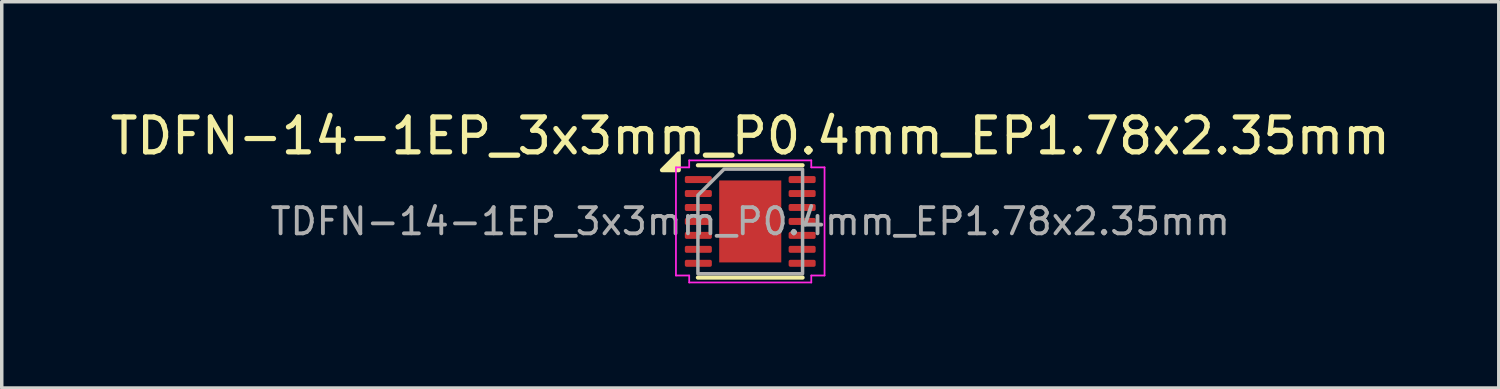
<source format=kicad_pcb>
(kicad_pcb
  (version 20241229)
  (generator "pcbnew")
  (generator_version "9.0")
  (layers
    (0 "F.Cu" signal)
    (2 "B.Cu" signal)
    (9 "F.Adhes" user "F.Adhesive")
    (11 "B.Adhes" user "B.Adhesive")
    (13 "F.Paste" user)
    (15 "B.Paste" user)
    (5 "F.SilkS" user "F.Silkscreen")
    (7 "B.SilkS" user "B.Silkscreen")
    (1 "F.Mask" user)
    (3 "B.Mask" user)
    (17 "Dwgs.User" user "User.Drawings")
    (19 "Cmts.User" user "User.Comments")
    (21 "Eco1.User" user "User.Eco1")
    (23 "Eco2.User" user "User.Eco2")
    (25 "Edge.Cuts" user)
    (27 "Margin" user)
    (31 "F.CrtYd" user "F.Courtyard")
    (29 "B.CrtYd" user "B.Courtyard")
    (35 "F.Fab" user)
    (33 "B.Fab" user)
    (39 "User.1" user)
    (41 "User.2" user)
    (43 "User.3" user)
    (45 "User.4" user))
  (footprint "TDFN-14-1EP_3x3mm_P0.4mm_EP1.78x2.35mm"
    (layer "F.Cu")
    (at 18.458 3.298)
    (property "Reference" "TDFN-14-1EP_3x3mm_P0.4mm_EP1.78x2.35mm" (at 0 -2.45 0) (layer "F.SilkS") (effects (font (size 1 1) (thickness 0.15))))
    (attr smd)
    (fp_line (start -1.5 -1.61) (end 1.5 -1.61) (stroke (width 0.12) (type solid)) (layer "F.SilkS"))
    (fp_line (start -1.5 1.61) (end 1.5 1.61) (stroke (width 0.12) (type solid)) (layer "F.SilkS"))
    (fp_poly (pts (xy -2.05 -1.47) (xy -2.53 -1.47) (xy -2.05 -1.95)) (stroke (width 0.12) (type solid)) (fill yes) (layer "F.SilkS"))
    (fp_line (start -2.13 -1.55) (end -1.75 -1.55) (stroke (width 0.05) (type solid)) (layer "F.CrtYd"))
    (fp_line (start -2.13 1.55) (end -2.13 -1.55) (stroke (width 0.05) (type solid)) (layer "F.CrtYd"))
    (fp_line (start -1.75 -1.75) (end 1.75 -1.75) (stroke (width 0.05) (type solid)) (layer "F.CrtYd"))
    (fp_line (start -1.75 -1.55) (end -1.75 -1.75) (stroke (width 0.05) (type solid)) (layer "F.CrtYd"))
    (fp_line (start -1.75 1.55) (end -2.13 1.55) (stroke (width 0.05) (type solid)) (layer "F.CrtYd"))
    (fp_line (start -1.75 1.75) (end -1.75 1.55) (stroke (width 0.05) (type solid)) (layer "F.CrtYd"))
    (fp_line (start 1.75 -1.75) (end 1.75 -1.55) (stroke (width 0.05) (type solid)) (layer "F.CrtYd"))
    (fp_line (start 1.75 -1.55) (end 2.13 -1.55) (stroke (width 0.05) (type solid)) (layer "F.CrtYd"))
    (fp_line (start 1.75 1.55) (end 1.75 1.75) (stroke (width 0.05) (type solid)) (layer "F.CrtYd"))
    (fp_line (start 1.75 1.75) (end -1.75 1.75) (stroke (width 0.05) (type solid)) (layer "F.CrtYd"))
    (fp_line (start 2.13 -1.55) (end 2.13 1.55) (stroke (width 0.05) (type solid)) (layer "F.CrtYd"))
    (fp_line (start 2.13 1.55) (end 1.75 1.55) (stroke (width 0.05) (type solid)) (layer "F.CrtYd"))
    (fp_poly (pts (xy -1.5 -0.75) (xy -1.5 1.5) (xy 1.5 1.5) (xy 1.5 -1.5) (xy -0.75 -1.5)) (stroke (width 0.1) (type solid)) (fill no) (layer "F.Fab"))
    (fp_text user "${REFERENCE}" (at 0 0 0) (layer "F.Fab") (effects (font (size 0.75 0.75) (thickness 0.11))))
    (pad "" smd roundrect (at -0.445 -0.59) (size 0.72 0.95) (layers "F.Paste") (roundrect_rratio 0.25))
    (pad "" smd roundrect (at -0.445 0.59) (size 0.72 0.95) (layers "F.Paste") (roundrect_rratio 0.25))
    (pad "" smd roundrect (at 0.445 -0.59) (size 0.72 0.95) (layers "F.Paste") (roundrect_rratio 0.25))
    (pad "" smd roundrect (at 0.445 0.59) (size 0.72 0.95) (layers "F.Paste") (roundrect_rratio 0.25))
    (pad "1" smd roundrect (at -1.488 -1.2) (size 0.775 0.2) (layers "F.Cu" "F.Mask" "F.Paste") (roundrect_rratio 0.25))
    (pad "2" smd roundrect (at -1.488 -0.8) (size 0.775 0.2) (layers "F.Cu" "F.Mask" "F.Paste") (roundrect_rratio 0.25))
    (pad "3" smd roundrect (at -1.488 -0.4) (size 0.775 0.2) (layers "F.Cu" "F.Mask" "F.Paste") (roundrect_rratio 0.25))
    (pad "4" smd roundrect (at -1.488 0) (size 0.775 0.2) (layers "F.Cu" "F.Mask" "F.Paste") (roundrect_rratio 0.25))
    (pad "5" smd roundrect (at -1.488 0.4) (size 0.775 0.2) (layers "F.Cu" "F.Mask" "F.Paste") (roundrect_rratio 0.25))
    (pad "6" smd roundrect (at -1.488 0.8) (size 0.775 0.2) (layers "F.Cu" "F.Mask" "F.Paste") (roundrect_rratio 0.25))
    (pad "7" smd roundrect (at -1.488 1.2) (size 0.775 0.2) (layers "F.Cu" "F.Mask" "F.Paste") (roundrect_rratio 0.25))
    (pad "8" smd roundrect (at 1.488 1.2) (size 0.775 0.2) (layers "F.Cu" "F.Mask" "F.Paste") (roundrect_rratio 0.25))
    (pad "9" smd roundrect (at 1.488 0.8) (size 0.775 0.2) (layers "F.Cu" "F.Mask" "F.Paste") (roundrect_rratio 0.25))
    (pad "10" smd roundrect (at 1.488 0.4) (size 0.775 0.2) (layers "F.Cu" "F.Mask" "F.Paste") (roundrect_rratio 0.25))
    (pad "11" smd roundrect (at 1.488 0) (size 0.775 0.2) (layers "F.Cu" "F.Mask" "F.Paste") (roundrect_rratio 0.25))
    (pad "12" smd roundrect (at 1.488 -0.4) (size 0.775 0.2) (layers "F.Cu" "F.Mask" "F.Paste") (roundrect_rratio 0.25))
    (pad "13" smd roundrect (at 1.488 -0.8) (size 0.775 0.2) (layers "F.Cu" "F.Mask" "F.Paste") (roundrect_rratio 0.25))
    (pad "14" smd roundrect (at 1.488 -1.2) (size 0.775 0.2) (layers "F.Cu" "F.Mask" "F.Paste") (roundrect_rratio 0.25))
    (pad "15" smd rect (at 0 0) (size 1.78 2.35) (property pad_prop_heatsink) (layers "F.Cu" "F.Mask")))
  (gr_rect
    (start -3 -3)
    (end 39.917 8.073)
    (stroke (width 0.1) (type default))
    (fill no)
    (layer "Edge.Cuts")))
</source>
